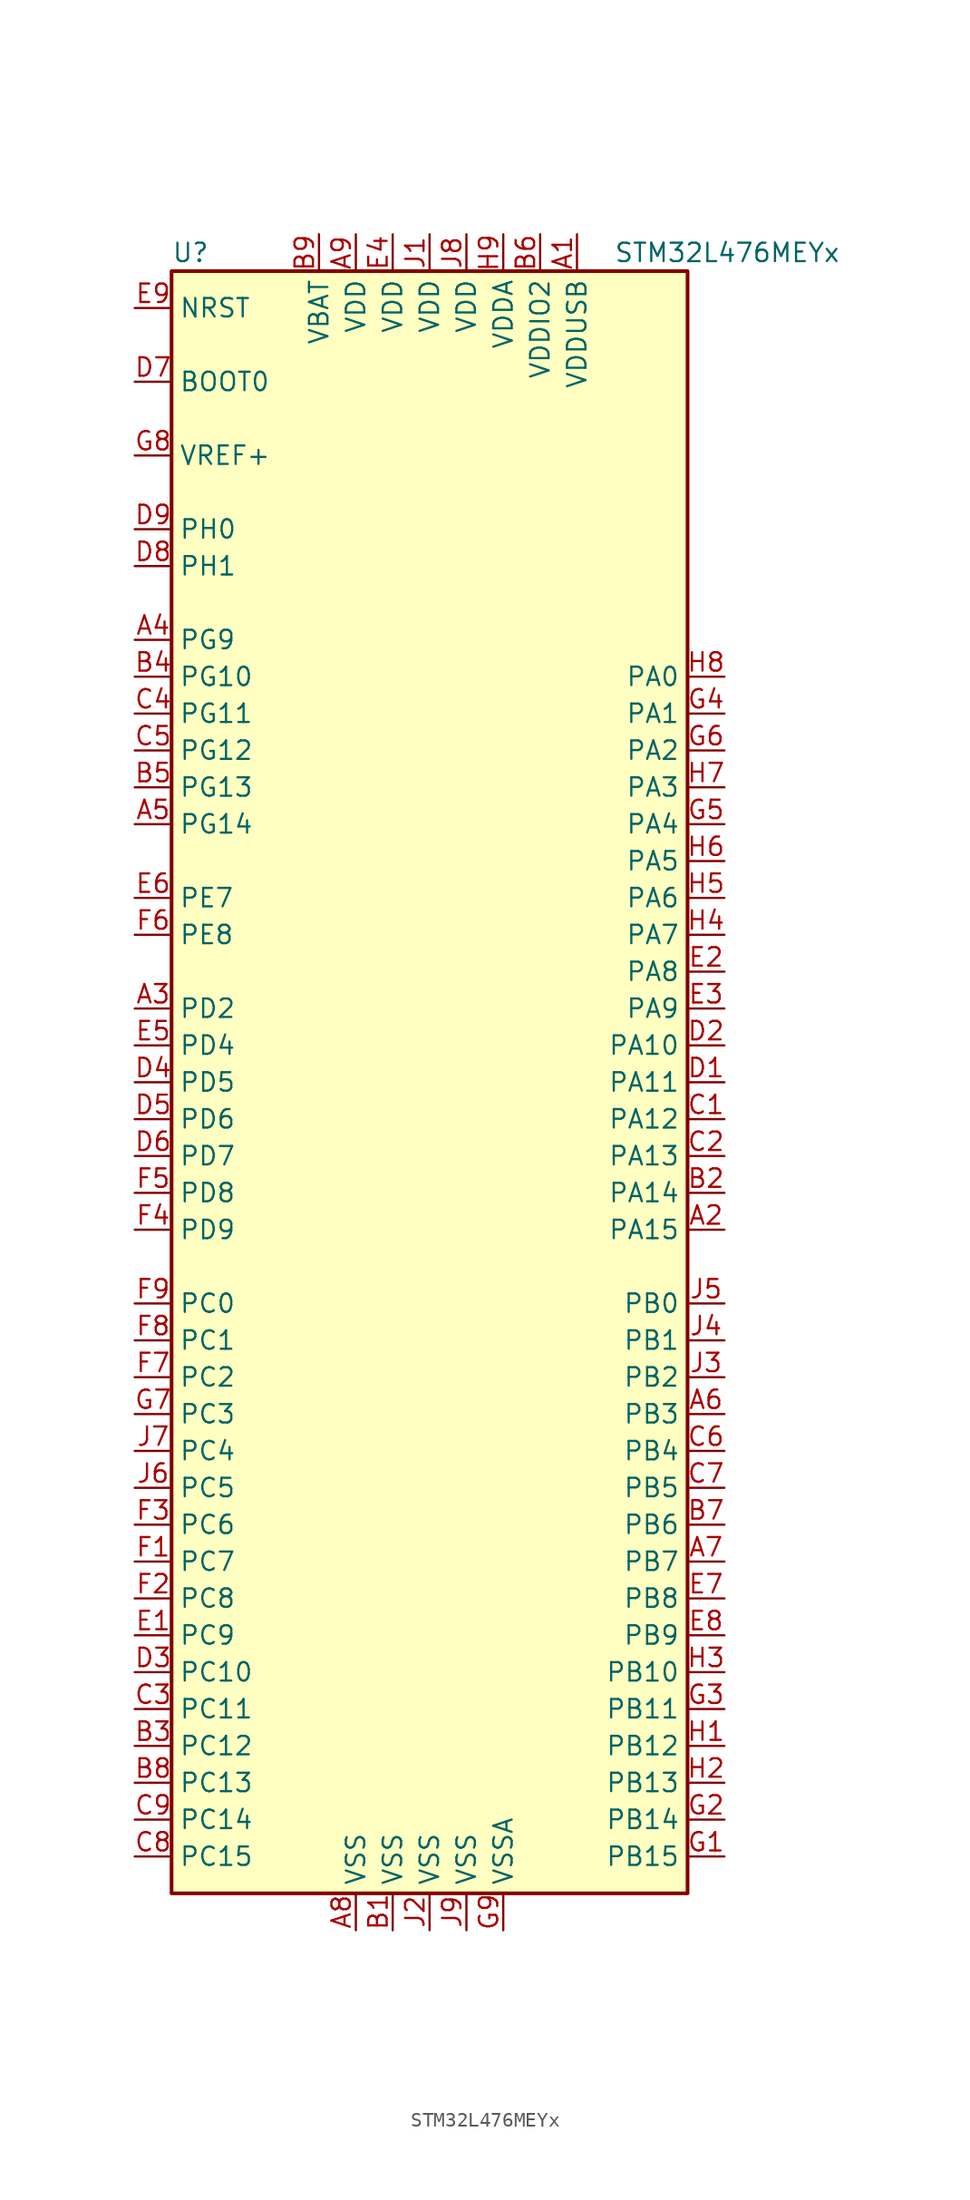
<source format=kicad_sym>
(kicad_symbol_lib
  (version 20201005)
  (generator kicad_symbol_editor)
  (symbol "STM32L476MEYx"
    (property "Reference" "U"
      (at -17.78 57.15 0)
      (effects (font (size 1.27 1.27)) (justify left)))
    (property "Value" "STM32L476MEYx"
      (at 12.7 57.15 0)
      (effects (font (size 1.27 1.27)) (justify left)))
    (symbol "STM32L476MEYx_0_1"
      (rectangle (start -17.78 -55.88) (end 17.78 55.88) (stroke (width 0.254)) (fill (type background))))
    (symbol "STM32L476MEYx_1_1"
      (pin input line (at -20.32 48.26 0) (length 2.54) (name "BOOT0" (effects (font (size 1.27 1.27)))) (number "D7" (effects (font (size 1.27 1.27)))))
      (pin input line (at -20.32 53.34 0) (length 2.54) (name "NRST" (effects (font (size 1.27 1.27)))) (number "E9" (effects (font (size 1.27 1.27)))))
      (pin bidirectional line (at 20.32 27.94 180) (length 2.54) (name "PA0" (effects (font (size 1.27 1.27)))) (number "H8" (effects (font (size 1.27 1.27)))))
      (pin bidirectional line (at 20.32 25.4 180) (length 2.54) (name "PA1" (effects (font (size 1.27 1.27)))) (number "G4" (effects (font (size 1.27 1.27)))))
      (pin bidirectional line (at 20.32 2.54 180) (length 2.54) (name "PA10" (effects (font (size 1.27 1.27)))) (number "D2" (effects (font (size 1.27 1.27)))))
      (pin bidirectional line (at 20.32 0 180) (length 2.54) (name "PA11" (effects (font (size 1.27 1.27)))) (number "D1" (effects (font (size 1.27 1.27)))))
      (pin bidirectional line (at 20.32 -2.54 180) (length 2.54) (name "PA12" (effects (font (size 1.27 1.27)))) (number "C1" (effects (font (size 1.27 1.27)))))
      (pin bidirectional line (at 20.32 -5.08 180) (length 2.54) (name "PA13" (effects (font (size 1.27 1.27)))) (number "C2" (effects (font (size 1.27 1.27)))))
      (pin bidirectional line (at 20.32 -7.62 180) (length 2.54) (name "PA14" (effects (font (size 1.27 1.27)))) (number "B2" (effects (font (size 1.27 1.27)))))
      (pin bidirectional line (at 20.32 -10.16 180) (length 2.54) (name "PA15" (effects (font (size 1.27 1.27)))) (number "A2" (effects (font (size 1.27 1.27)))))
      (pin bidirectional line (at 20.32 22.86 180) (length 2.54) (name "PA2" (effects (font (size 1.27 1.27)))) (number "G6" (effects (font (size 1.27 1.27)))))
      (pin bidirectional line (at 20.32 20.32 180) (length 2.54) (name "PA3" (effects (font (size 1.27 1.27)))) (number "H7" (effects (font (size 1.27 1.27)))))
      (pin bidirectional line (at 20.32 17.78 180) (length 2.54) (name "PA4" (effects (font (size 1.27 1.27)))) (number "G5" (effects (font (size 1.27 1.27)))))
      (pin bidirectional line (at 20.32 15.24 180) (length 2.54) (name "PA5" (effects (font (size 1.27 1.27)))) (number "H6" (effects (font (size 1.27 1.27)))))
      (pin bidirectional line (at 20.32 12.7 180) (length 2.54) (name "PA6" (effects (font (size 1.27 1.27)))) (number "H5" (effects (font (size 1.27 1.27)))))
      (pin bidirectional line (at 20.32 10.16 180) (length 2.54) (name "PA7" (effects (font (size 1.27 1.27)))) (number "H4" (effects (font (size 1.27 1.27)))))
      (pin bidirectional line (at 20.32 7.62 180) (length 2.54) (name "PA8" (effects (font (size 1.27 1.27)))) (number "E2" (effects (font (size 1.27 1.27)))))
      (pin bidirectional line (at 20.32 5.08 180) (length 2.54) (name "PA9" (effects (font (size 1.27 1.27)))) (number "E3" (effects (font (size 1.27 1.27)))))
      (pin bidirectional line (at 20.32 -15.24 180) (length 2.54) (name "PB0" (effects (font (size 1.27 1.27)))) (number "J5" (effects (font (size 1.27 1.27)))))
      (pin bidirectional line (at 20.32 -17.78 180) (length 2.54) (name "PB1" (effects (font (size 1.27 1.27)))) (number "J4" (effects (font (size 1.27 1.27)))))
      (pin bidirectional line (at 20.32 -40.64 180) (length 2.54) (name "PB10" (effects (font (size 1.27 1.27)))) (number "H3" (effects (font (size 1.27 1.27)))))
      (pin bidirectional line (at 20.32 -43.18 180) (length 2.54) (name "PB11" (effects (font (size 1.27 1.27)))) (number "G3" (effects (font (size 1.27 1.27)))))
      (pin bidirectional line (at 20.32 -45.72 180) (length 2.54) (name "PB12" (effects (font (size 1.27 1.27)))) (number "H1" (effects (font (size 1.27 1.27)))))
      (pin bidirectional line (at 20.32 -48.26 180) (length 2.54) (name "PB13" (effects (font (size 1.27 1.27)))) (number "H2" (effects (font (size 1.27 1.27)))))
      (pin bidirectional line (at 20.32 -50.8 180) (length 2.54) (name "PB14" (effects (font (size 1.27 1.27)))) (number "G2" (effects (font (size 1.27 1.27)))))
      (pin bidirectional line (at 20.32 -53.34 180) (length 2.54) (name "PB15" (effects (font (size 1.27 1.27)))) (number "G1" (effects (font (size 1.27 1.27)))))
      (pin bidirectional line (at 20.32 -20.32 180) (length 2.54) (name "PB2" (effects (font (size 1.27 1.27)))) (number "J3" (effects (font (size 1.27 1.27)))))
      (pin bidirectional line (at 20.32 -22.86 180) (length 2.54) (name "PB3" (effects (font (size 1.27 1.27)))) (number "A6" (effects (font (size 1.27 1.27)))))
      (pin bidirectional line (at 20.32 -25.4 180) (length 2.54) (name "PB4" (effects (font (size 1.27 1.27)))) (number "C6" (effects (font (size 1.27 1.27)))))
      (pin bidirectional line (at 20.32 -27.94 180) (length 2.54) (name "PB5" (effects (font (size 1.27 1.27)))) (number "C7" (effects (font (size 1.27 1.27)))))
      (pin bidirectional line (at 20.32 -30.48 180) (length 2.54) (name "PB6" (effects (font (size 1.27 1.27)))) (number "B7" (effects (font (size 1.27 1.27)))))
      (pin bidirectional line (at 20.32 -33.02 180) (length 2.54) (name "PB7" (effects (font (size 1.27 1.27)))) (number "A7" (effects (font (size 1.27 1.27)))))
      (pin bidirectional line (at 20.32 -35.56 180) (length 2.54) (name "PB8" (effects (font (size 1.27 1.27)))) (number "E7" (effects (font (size 1.27 1.27)))))
      (pin bidirectional line (at 20.32 -38.1 180) (length 2.54) (name "PB9" (effects (font (size 1.27 1.27)))) (number "E8" (effects (font (size 1.27 1.27)))))
      (pin bidirectional line (at -20.32 -15.24 0) (length 2.54) (name "PC0" (effects (font (size 1.27 1.27)))) (number "F9" (effects (font (size 1.27 1.27)))))
      (pin bidirectional line (at -20.32 -17.78 0) (length 2.54) (name "PC1" (effects (font (size 1.27 1.27)))) (number "F8" (effects (font (size 1.27 1.27)))))
      (pin bidirectional line (at -20.32 -40.64 0) (length 2.54) (name "PC10" (effects (font (size 1.27 1.27)))) (number "D3" (effects (font (size 1.27 1.27)))))
      (pin bidirectional line (at -20.32 -43.18 0) (length 2.54) (name "PC11" (effects (font (size 1.27 1.27)))) (number "C3" (effects (font (size 1.27 1.27)))))
      (pin bidirectional line (at -20.32 -45.72 0) (length 2.54) (name "PC12" (effects (font (size 1.27 1.27)))) (number "B3" (effects (font (size 1.27 1.27)))))
      (pin bidirectional line (at -20.32 -48.26 0) (length 2.54) (name "PC13" (effects (font (size 1.27 1.27)))) (number "B8" (effects (font (size 1.27 1.27)))))
      (pin bidirectional line (at -20.32 -50.8 0) (length 2.54) (name "PC14" (effects (font (size 1.27 1.27)))) (number "C9" (effects (font (size 1.27 1.27)))))
      (pin bidirectional line (at -20.32 -53.34 0) (length 2.54) (name "PC15" (effects (font (size 1.27 1.27)))) (number "C8" (effects (font (size 1.27 1.27)))))
      (pin bidirectional line (at -20.32 -20.32 0) (length 2.54) (name "PC2" (effects (font (size 1.27 1.27)))) (number "F7" (effects (font (size 1.27 1.27)))))
      (pin bidirectional line (at -20.32 -22.86 0) (length 2.54) (name "PC3" (effects (font (size 1.27 1.27)))) (number "G7" (effects (font (size 1.27 1.27)))))
      (pin bidirectional line (at -20.32 -25.4 0) (length 2.54) (name "PC4" (effects (font (size 1.27 1.27)))) (number "J7" (effects (font (size 1.27 1.27)))))
      (pin bidirectional line (at -20.32 -27.94 0) (length 2.54) (name "PC5" (effects (font (size 1.27 1.27)))) (number "J6" (effects (font (size 1.27 1.27)))))
      (pin bidirectional line (at -20.32 -30.48 0) (length 2.54) (name "PC6" (effects (font (size 1.27 1.27)))) (number "F3" (effects (font (size 1.27 1.27)))))
      (pin bidirectional line (at -20.32 -33.02 0) (length 2.54) (name "PC7" (effects (font (size 1.27 1.27)))) (number "F1" (effects (font (size 1.27 1.27)))))
      (pin bidirectional line (at -20.32 -35.56 0) (length 2.54) (name "PC8" (effects (font (size 1.27 1.27)))) (number "F2" (effects (font (size 1.27 1.27)))))
      (pin bidirectional line (at -20.32 -38.1 0) (length 2.54) (name "PC9" (effects (font (size 1.27 1.27)))) (number "E1" (effects (font (size 1.27 1.27)))))
      (pin bidirectional line (at -20.32 5.08 0) (length 2.54) (name "PD2" (effects (font (size 1.27 1.27)))) (number "A3" (effects (font (size 1.27 1.27)))))
      (pin bidirectional line (at -20.32 2.54 0) (length 2.54) (name "PD4" (effects (font (size 1.27 1.27)))) (number "E5" (effects (font (size 1.27 1.27)))))
      (pin bidirectional line (at -20.32 0 0) (length 2.54) (name "PD5" (effects (font (size 1.27 1.27)))) (number "D4" (effects (font (size 1.27 1.27)))))
      (pin bidirectional line (at -20.32 -2.54 0) (length 2.54) (name "PD6" (effects (font (size 1.27 1.27)))) (number "D5" (effects (font (size 1.27 1.27)))))
      (pin bidirectional line (at -20.32 -5.08 0) (length 2.54) (name "PD7" (effects (font (size 1.27 1.27)))) (number "D6" (effects (font (size 1.27 1.27)))))
      (pin bidirectional line (at -20.32 -7.62 0) (length 2.54) (name "PD8" (effects (font (size 1.27 1.27)))) (number "F5" (effects (font (size 1.27 1.27)))))
      (pin bidirectional line (at -20.32 -10.16 0) (length 2.54) (name "PD9" (effects (font (size 1.27 1.27)))) (number "F4" (effects (font (size 1.27 1.27)))))
      (pin bidirectional line (at -20.32 12.7 0) (length 2.54) (name "PE7" (effects (font (size 1.27 1.27)))) (number "E6" (effects (font (size 1.27 1.27)))))
      (pin bidirectional line (at -20.32 10.16 0) (length 2.54) (name "PE8" (effects (font (size 1.27 1.27)))) (number "F6" (effects (font (size 1.27 1.27)))))
      (pin bidirectional line (at -20.32 27.94 0) (length 2.54) (name "PG10" (effects (font (size 1.27 1.27)))) (number "B4" (effects (font (size 1.27 1.27)))))
      (pin bidirectional line (at -20.32 25.4 0) (length 2.54) (name "PG11" (effects (font (size 1.27 1.27)))) (number "C4" (effects (font (size 1.27 1.27)))))
      (pin bidirectional line (at -20.32 22.86 0) (length 2.54) (name "PG12" (effects (font (size 1.27 1.27)))) (number "C5" (effects (font (size 1.27 1.27)))))
      (pin bidirectional line (at -20.32 20.32 0) (length 2.54) (name "PG13" (effects (font (size 1.27 1.27)))) (number "B5" (effects (font (size 1.27 1.27)))))
      (pin bidirectional line (at -20.32 17.78 0) (length 2.54) (name "PG14" (effects (font (size 1.27 1.27)))) (number "A5" (effects (font (size 1.27 1.27)))))
      (pin bidirectional line (at -20.32 30.48 0) (length 2.54) (name "PG9" (effects (font (size 1.27 1.27)))) (number "A4" (effects (font (size 1.27 1.27)))))
      (pin input line (at -20.32 38.1 0) (length 2.54) (name "PH0" (effects (font (size 1.27 1.27)))) (number "D9" (effects (font (size 1.27 1.27)))))
      (pin input line (at -20.32 35.56 0) (length 2.54) (name "PH1" (effects (font (size 1.27 1.27)))) (number "D8" (effects (font (size 1.27 1.27)))))
      (pin power_in line (at -7.62 58.42 270) (length 2.54) (name "VBAT" (effects (font (size 1.27 1.27)))) (number "B9" (effects (font (size 1.27 1.27)))))
      (pin power_in line (at -5.08 58.42 270) (length 2.54) (name "VDD" (effects (font (size 1.27 1.27)))) (number "A9" (effects (font (size 1.27 1.27)))))
      (pin power_in line (at -2.54 58.42 270) (length 2.54) (name "VDD" (effects (font (size 1.27 1.27)))) (number "E4" (effects (font (size 1.27 1.27)))))
      (pin power_in line (at 0 58.42 270) (length 2.54) (name "VDD" (effects (font (size 1.27 1.27)))) (number "J1" (effects (font (size 1.27 1.27)))))
      (pin power_in line (at 2.54 58.42 270) (length 2.54) (name "VDD" (effects (font (size 1.27 1.27)))) (number "J8" (effects (font (size 1.27 1.27)))))
      (pin power_in line (at 5.08 58.42 270) (length 2.54) (name "VDDA" (effects (font (size 1.27 1.27)))) (number "H9" (effects (font (size 1.27 1.27)))))
      (pin power_in line (at 7.62 58.42 270) (length 2.54) (name "VDDIO2" (effects (font (size 1.27 1.27)))) (number "B6" (effects (font (size 1.27 1.27)))))
      (pin power_in line (at 10.16 58.42 270) (length 2.54) (name "VDDUSB" (effects (font (size 1.27 1.27)))) (number "A1" (effects (font (size 1.27 1.27)))))
      (pin bidirectional line (at -20.32 43.18 0) (length 2.54) (name "VREF+" (effects (font (size 1.27 1.27)))) (number "G8" (effects (font (size 1.27 1.27)))))
      (pin power_in line (at -5.08 -58.42 90) (length 2.54) (name "VSS" (effects (font (size 1.27 1.27)))) (number "A8" (effects (font (size 1.27 1.27)))))
      (pin power_in line (at -2.54 -58.42 90) (length 2.54) (name "VSS" (effects (font (size 1.27 1.27)))) (number "B1" (effects (font (size 1.27 1.27)))))
      (pin power_in line (at 0 -58.42 90) (length 2.54) (name "VSS" (effects (font (size 1.27 1.27)))) (number "J2" (effects (font (size 1.27 1.27)))))
      (pin power_in line (at 2.54 -58.42 90) (length 2.54) (name "VSS" (effects (font (size 1.27 1.27)))) (number "J9" (effects (font (size 1.27 1.27)))))
      (pin power_in line (at 5.08 -58.42 90) (length 2.54) (name "VSSA" (effects (font (size 1.27 1.27)))) (number "G9" (effects (font (size 1.27 1.27))))))))
</source>
